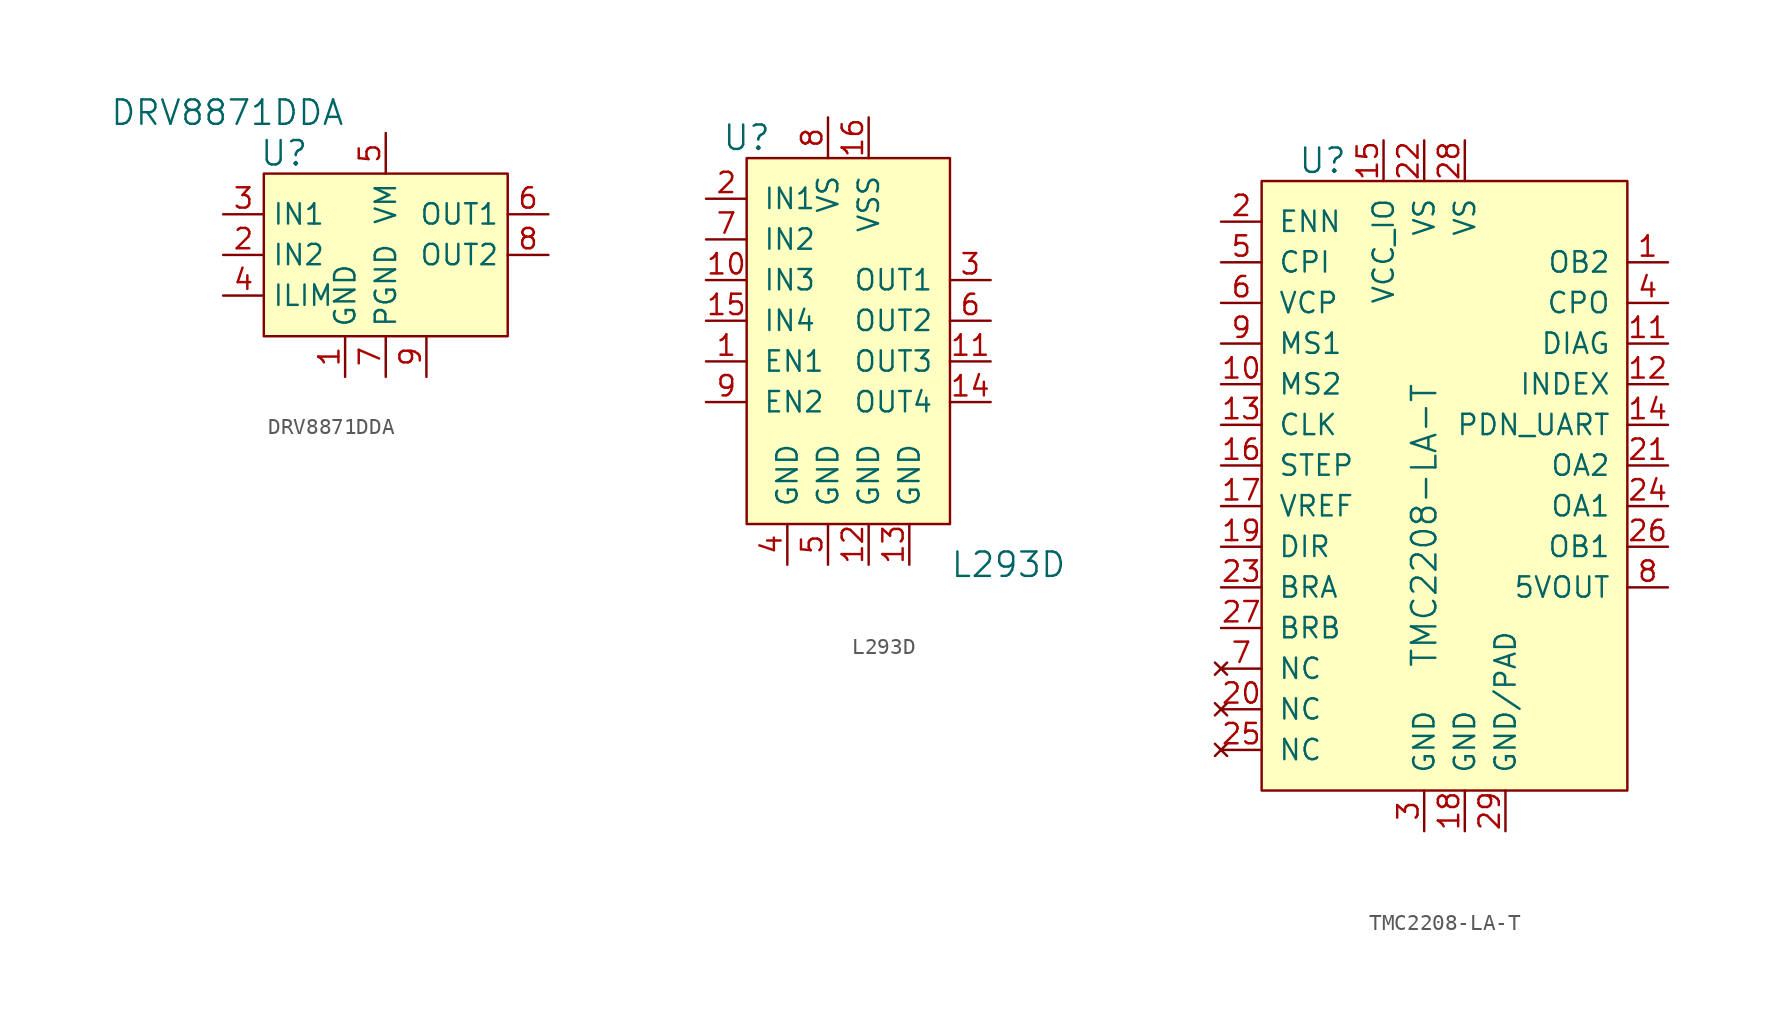
<source format=kicad_sym>
(kicad_symbol_lib
  (version 20220914)
  (generator kicad_symbol_editor)
  (symbol "DRV8871DDA"
    (property "Reference" "U"
      (at -6.35 3.81 0)
      (effects (font (size 1.524 1.524))))
    (property "Value" "DRV8871DDA"
      (at -2.54 6.35 0)
      (effects (font (size 1.524 1.524)) (justify right)))
    (symbol "DRV8871DDA_0_1"
      (rectangle (start -7.62 2.54) (end 7.62 -7.62) (stroke (width 0) (type solid)) (fill (type background))))
    (symbol "DRV8871DDA_1_1"
      (pin power_in line (at -2.54 -10.16 90) (length 2.54) (name "GND" (effects (font (size 1.27 1.27)))) (number "1" (effects (font (size 1.27 1.27)))))
      (pin input line (at -10.16 -2.54 0) (length 2.54) (name "IN2" (effects (font (size 1.27 1.27)))) (number "2" (effects (font (size 1.27 1.27)))))
      (pin input line (at -10.16 0 0) (length 2.54) (name "IN1" (effects (font (size 1.27 1.27)))) (number "3" (effects (font (size 1.27 1.27)))))
      (pin input line (at -10.16 -5.08 0) (length 2.54) (name "ILIM" (effects (font (size 1.27 1.27)))) (number "4" (effects (font (size 1.27 1.27)))))
      (pin power_in line (at 0 5.08 270) (length 2.54) (name "VM" (effects (font (size 1.27 1.27)))) (number "5" (effects (font (size 1.27 1.27)))))
      (pin output line (at 10.16 0 180) (length 2.54) (name "OUT1" (effects (font (size 1.27 1.27)))) (number "6" (effects (font (size 1.27 1.27)))))
      (pin power_in line (at 0 -10.16 90) (length 2.54) (name "PGND" (effects (font (size 1.27 1.27)))) (number "7" (effects (font (size 1.27 1.27)))))
      (pin output line (at 10.16 -2.54 180) (length 2.54) (name "OUT2" (effects (font (size 1.27 1.27)))) (number "8" (effects (font (size 1.27 1.27)))))
      (pin unspecified line (at 2.54 -10.16 90) (length 2.54) (name "~" (effects (font (size 1.27 1.27)))) (number "9" (effects (font (size 1.27 1.27)))))))
  (symbol "L293D"
    (pin_names
      (offset 1.016))
    (property "Reference" "U"
      (at -5.08 11.43 0)
      (effects (font (size 1.524 1.524))))
    (property "Value" "L293D"
      (at 7.62 -15.24 0)
      (effects (font (size 1.524 1.524)) (justify left)))
    (symbol "L293D_0_1"
      (rectangle (start -5.08 10.16) (end 7.62 -12.7) (stroke (width 0) (type solid)) (fill (type background))))
    (symbol "L293D_1_1"
      (pin input line (at -7.62 -2.54 0) (length 2.54) (name "EN1" (effects (font (size 1.27 1.27)))) (number "1" (effects (font (size 1.27 1.27)))))
      (pin input line (at -7.62 2.54 0) (length 2.54) (name "IN3" (effects (font (size 1.27 1.27)))) (number "10" (effects (font (size 1.27 1.27)))))
      (pin output line (at 10.16 -2.54 180) (length 2.54) (name "OUT3" (effects (font (size 1.27 1.27)))) (number "11" (effects (font (size 1.27 1.27)))))
      (pin power_in line (at 2.54 -15.24 90) (length 2.54) (name "GND" (effects (font (size 1.27 1.27)))) (number "12" (effects (font (size 1.27 1.27)))))
      (pin power_in line (at 5.08 -15.24 90) (length 2.54) (name "GND" (effects (font (size 1.27 1.27)))) (number "13" (effects (font (size 1.27 1.27)))))
      (pin output line (at 10.16 -5.08 180) (length 2.54) (name "OUT4" (effects (font (size 1.27 1.27)))) (number "14" (effects (font (size 1.27 1.27)))))
      (pin input line (at -7.62 0 0) (length 2.54) (name "IN4" (effects (font (size 1.27 1.27)))) (number "15" (effects (font (size 1.27 1.27)))))
      (pin power_in line (at 2.54 12.7 270) (length 2.54) (name "VSS" (effects (font (size 1.27 1.27)))) (number "16" (effects (font (size 1.27 1.27)))))
      (pin input line (at -7.62 7.62 0) (length 2.54) (name "IN1" (effects (font (size 1.27 1.27)))) (number "2" (effects (font (size 1.27 1.27)))))
      (pin output line (at 10.16 2.54 180) (length 2.54) (name "OUT1" (effects (font (size 1.27 1.27)))) (number "3" (effects (font (size 1.27 1.27)))))
      (pin power_in line (at -2.54 -15.24 90) (length 2.54) (name "GND" (effects (font (size 1.27 1.27)))) (number "4" (effects (font (size 1.27 1.27)))))
      (pin power_in line (at 0 -15.24 90) (length 2.54) (name "GND" (effects (font (size 1.27 1.27)))) (number "5" (effects (font (size 1.27 1.27)))))
      (pin output line (at 10.16 0 180) (length 2.54) (name "OUT2" (effects (font (size 1.27 1.27)))) (number "6" (effects (font (size 1.27 1.27)))))
      (pin input line (at -7.62 5.08 0) (length 2.54) (name "IN2" (effects (font (size 1.27 1.27)))) (number "7" (effects (font (size 1.27 1.27)))))
      (pin power_in line (at 0 12.7 270) (length 2.54) (name "VS" (effects (font (size 1.27 1.27)))) (number "8" (effects (font (size 1.27 1.27)))))
      (pin input line (at -7.62 -5.08 0) (length 2.54) (name "EN2" (effects (font (size 1.27 1.27)))) (number "9" (effects (font (size 1.27 1.27)))))))
  (symbol "TMC2208-LA-T"
    (pin_names
      (offset 1.016))
    (property "Reference" "U"
      (at -1.27 19.05 0)
      (effects (font (size 1.524 1.524))))
    (property "Value" "TMC2208-LA-T"
      (at 5.08 -12.7 90)
      (effects (font (size 1.524 1.524)) (justify left)))
    (symbol "TMC2208-LA-T_0_1"
      (rectangle (start -5.08 17.78) (end 17.78 -20.32) (stroke (width 0) (type solid)) (fill (type background))))
    (symbol "TMC2208-LA-T_1_1"
      (pin output line (at 20.32 12.7 180) (length 2.54) (name "OB2" (effects (font (size 1.27 1.27)))) (number "1" (effects (font (size 1.27 1.27)))))
      (pin input line (at -7.62 5.08 0) (length 2.54) (name "MS2" (effects (font (size 1.27 1.27)))) (number "10" (effects (font (size 1.27 1.27)))))
      (pin output line (at 20.32 7.62 180) (length 2.54) (name "DIAG" (effects (font (size 1.27 1.27)))) (number "11" (effects (font (size 1.27 1.27)))))
      (pin output line (at 20.32 5.08 180) (length 2.54) (name "INDEX" (effects (font (size 1.27 1.27)))) (number "12" (effects (font (size 1.27 1.27)))))
      (pin input line (at -7.62 2.54 0) (length 2.54) (name "CLK" (effects (font (size 1.27 1.27)))) (number "13" (effects (font (size 1.27 1.27)))))
      (pin output line (at 20.32 2.54 180) (length 2.54) (name "PDN_UART" (effects (font (size 1.27 1.27)))) (number "14" (effects (font (size 1.27 1.27)))))
      (pin power_in line (at 2.54 20.32 270) (length 2.54) (name "VCC_IO" (effects (font (size 1.27 1.27)))) (number "15" (effects (font (size 1.27 1.27)))))
      (pin input line (at -7.62 0 0) (length 2.54) (name "STEP" (effects (font (size 1.27 1.27)))) (number "16" (effects (font (size 1.27 1.27)))))
      (pin input line (at -7.62 -2.54 0) (length 2.54) (name "VREF" (effects (font (size 1.27 1.27)))) (number "17" (effects (font (size 1.27 1.27)))))
      (pin power_in line (at 7.62 -22.86 90) (length 2.54) (name "GND" (effects (font (size 1.27 1.27)))) (number "18" (effects (font (size 1.27 1.27)))))
      (pin input line (at -7.62 -5.08 0) (length 2.54) (name "DIR" (effects (font (size 1.27 1.27)))) (number "19" (effects (font (size 1.27 1.27)))))
      (pin input line (at -7.62 15.24 0) (length 2.54) (name "ENN" (effects (font (size 1.27 1.27)))) (number "2" (effects (font (size 1.27 1.27)))))
      (pin no_connect line (at -7.62 -15.24 0) (length 2.54) (name "NC" (effects (font (size 1.27 1.27)))) (number "20" (effects (font (size 1.27 1.27)))))
      (pin output line (at 20.32 0 180) (length 2.54) (name "OA2" (effects (font (size 1.27 1.27)))) (number "21" (effects (font (size 1.27 1.27)))))
      (pin power_in line (at 5.08 20.32 270) (length 2.54) (name "VS" (effects (font (size 1.27 1.27)))) (number "22" (effects (font (size 1.27 1.27)))))
      (pin input line (at -7.62 -7.62 0) (length 2.54) (name "BRA" (effects (font (size 1.27 1.27)))) (number "23" (effects (font (size 1.27 1.27)))))
      (pin output line (at 20.32 -2.54 180) (length 2.54) (name "OA1" (effects (font (size 1.27 1.27)))) (number "24" (effects (font (size 1.27 1.27)))))
      (pin no_connect line (at -7.62 -17.78 0) (length 2.54) (name "NC" (effects (font (size 1.27 1.27)))) (number "25" (effects (font (size 1.27 1.27)))))
      (pin output line (at 20.32 -5.08 180) (length 2.54) (name "OB1" (effects (font (size 1.27 1.27)))) (number "26" (effects (font (size 1.27 1.27)))))
      (pin input line (at -7.62 -10.16 0) (length 2.54) (name "BRB" (effects (font (size 1.27 1.27)))) (number "27" (effects (font (size 1.27 1.27)))))
      (pin power_in line (at 7.62 20.32 270) (length 2.54) (name "VS" (effects (font (size 1.27 1.27)))) (number "28" (effects (font (size 1.27 1.27)))))
      (pin power_in line (at 10.16 -22.86 90) (length 2.54) (name "GND/PAD" (effects (font (size 1.27 1.27)))) (number "29" (effects (font (size 1.27 1.27)))))
      (pin power_in line (at 5.08 -22.86 90) (length 2.54) (name "GND" (effects (font (size 1.27 1.27)))) (number "3" (effects (font (size 1.27 1.27)))))
      (pin output line (at 20.32 10.16 180) (length 2.54) (name "CPO" (effects (font (size 1.27 1.27)))) (number "4" (effects (font (size 1.27 1.27)))))
      (pin input line (at -7.62 12.7 0) (length 2.54) (name "CPI" (effects (font (size 1.27 1.27)))) (number "5" (effects (font (size 1.27 1.27)))))
      (pin input line (at -7.62 10.16 0) (length 2.54) (name "VCP" (effects (font (size 1.27 1.27)))) (number "6" (effects (font (size 1.27 1.27)))))
      (pin no_connect line (at -7.62 -12.7 0) (length 2.54) (name "NC" (effects (font (size 1.27 1.27)))) (number "7" (effects (font (size 1.27 1.27)))))
      (pin power_out line (at 20.32 -7.62 180) (length 2.54) (name "5VOUT" (effects (font (size 1.27 1.27)))) (number "8" (effects (font (size 1.27 1.27)))))
      (pin input line (at -7.62 7.62 0) (length 2.54) (name "MS1" (effects (font (size 1.27 1.27)))) (number "9" (effects (font (size 1.27 1.27))))))))
</source>
